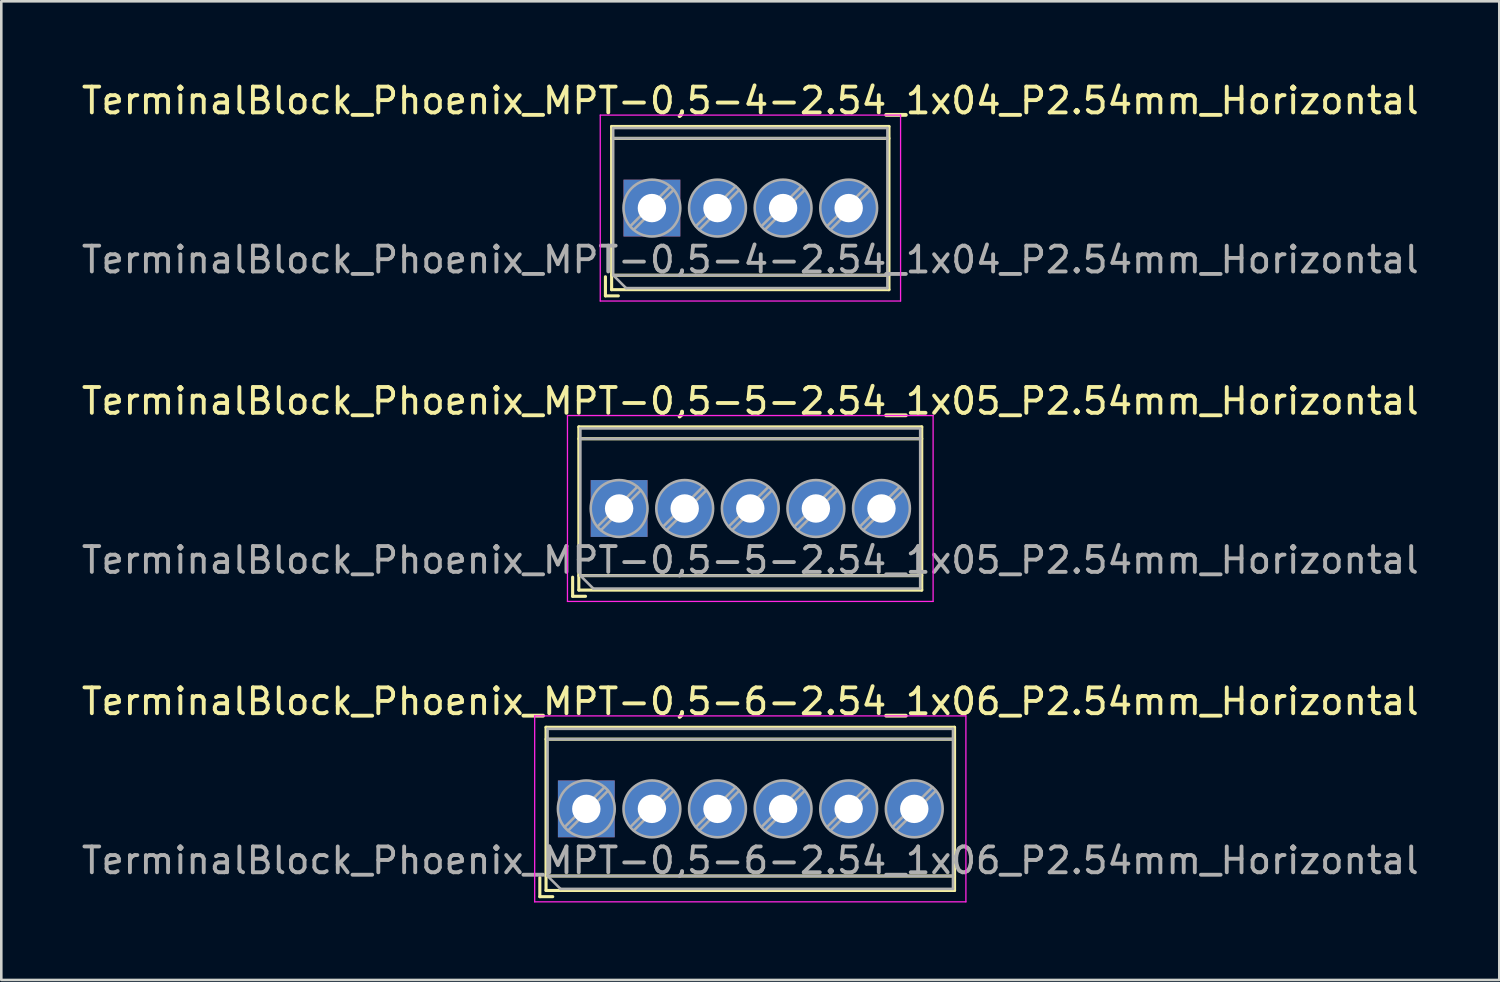
<source format=kicad_pcb>
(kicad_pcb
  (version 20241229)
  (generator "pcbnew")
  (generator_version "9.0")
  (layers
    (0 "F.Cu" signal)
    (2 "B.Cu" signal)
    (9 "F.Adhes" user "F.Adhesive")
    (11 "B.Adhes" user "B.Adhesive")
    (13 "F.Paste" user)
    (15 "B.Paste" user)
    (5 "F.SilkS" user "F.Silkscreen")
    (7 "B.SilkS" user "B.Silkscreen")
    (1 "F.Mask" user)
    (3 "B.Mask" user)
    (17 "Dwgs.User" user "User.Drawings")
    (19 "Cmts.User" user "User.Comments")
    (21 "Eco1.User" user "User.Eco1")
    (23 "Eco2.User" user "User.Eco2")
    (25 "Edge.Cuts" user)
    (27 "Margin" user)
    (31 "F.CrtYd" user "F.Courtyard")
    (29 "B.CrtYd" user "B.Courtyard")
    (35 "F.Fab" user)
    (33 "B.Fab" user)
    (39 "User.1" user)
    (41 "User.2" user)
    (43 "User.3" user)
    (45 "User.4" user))
  (footprint "TerminalBlock_Phoenix_MPT-0,5-4-2.54_1x04_P2.54mm_Horizontal"
    (layer "F.Cu")
    (at 22.196 5.008)
    (property "Reference" "TerminalBlock_Phoenix_MPT-0,5-4-2.54_1x04_P2.54mm_Horizontal" (at 3.81 -4.16 0) (layer "F.SilkS") (effects (font (size 1 1) (thickness 0.15))))
    (attr through_hole)
    (fp_line (start -1.8 2.66) (end -1.8 3.4) (stroke (width 0.12) (type solid)) (layer "F.SilkS"))
    (fp_line (start -1.8 3.4) (end -1.3 3.4) (stroke (width 0.12) (type solid)) (layer "F.SilkS"))
    (fp_line (start -1.56 -3.16) (end -1.56 3.16) (stroke (width 0.12) (type solid)) (layer "F.SilkS"))
    (fp_line (start -1.56 -3.16) (end 9.18 -3.16) (stroke (width 0.12) (type solid)) (layer "F.SilkS"))
    (fp_line (start -1.56 -2.7) (end 9.18 -2.7) (stroke (width 0.12) (type solid)) (layer "F.SilkS"))
    (fp_line (start -1.56 2.6) (end 9.18 2.6) (stroke (width 0.12) (type solid)) (layer "F.SilkS"))
    (fp_line (start -1.56 3.16) (end 9.18 3.16) (stroke (width 0.12) (type solid)) (layer "F.SilkS"))
    (fp_line (start 9.18 -3.16) (end 9.18 3.16) (stroke (width 0.12) (type solid)) (layer "F.SilkS"))
    (fp_line (start -2 -3.6) (end -2 3.6) (stroke (width 0.05) (type solid)) (layer "F.CrtYd"))
    (fp_line (start -2 3.6) (end 9.63 3.6) (stroke (width 0.05) (type solid)) (layer "F.CrtYd"))
    (fp_line (start 9.63 -3.6) (end -2 -3.6) (stroke (width 0.05) (type solid)) (layer "F.CrtYd"))
    (fp_line (start 9.63 3.6) (end 9.63 -3.6) (stroke (width 0.05) (type solid)) (layer "F.CrtYd"))
    (fp_line (start -1.5 -3.1) (end 9.12 -3.1) (stroke (width 0.1) (type solid)) (layer "F.Fab"))
    (fp_line (start -1.5 -2.7) (end 9.12 -2.7) (stroke (width 0.1) (type solid)) (layer "F.Fab"))
    (fp_line (start -1.5 2.6) (end -1.5 -3.1) (stroke (width 0.1) (type solid)) (layer "F.Fab"))
    (fp_line (start -1.5 2.6) (end 9.12 2.6) (stroke (width 0.1) (type solid)) (layer "F.Fab"))
    (fp_line (start -1 3.1) (end -1.5 2.6) (stroke (width 0.1) (type solid)) (layer "F.Fab"))
    (fp_line (start 0.701 -0.835) (end -0.835 0.7) (stroke (width 0.1) (type solid)) (layer "F.Fab"))
    (fp_line (start 0.835 -0.7) (end -0.701 0.835) (stroke (width 0.1) (type solid)) (layer "F.Fab"))
    (fp_line (start 3.241 -0.835) (end 1.706 0.7) (stroke (width 0.1) (type solid)) (layer "F.Fab"))
    (fp_line (start 3.375 -0.7) (end 1.84 0.835) (stroke (width 0.1) (type solid)) (layer "F.Fab"))
    (fp_line (start 5.781 -0.835) (end 4.246 0.7) (stroke (width 0.1) (type solid)) (layer "F.Fab"))
    (fp_line (start 5.915 -0.7) (end 4.38 0.835) (stroke (width 0.1) (type solid)) (layer "F.Fab"))
    (fp_line (start 8.321 -0.835) (end 6.786 0.7) (stroke (width 0.1) (type solid)) (layer "F.Fab"))
    (fp_line (start 8.455 -0.7) (end 6.92 0.835) (stroke (width 0.1) (type solid)) (layer "F.Fab"))
    (fp_line (start 9.12 -3.1) (end 9.12 3.1) (stroke (width 0.1) (type solid)) (layer "F.Fab"))
    (fp_line (start 9.12 3.1) (end -1 3.1) (stroke (width 0.1) (type solid)) (layer "F.Fab"))
    (fp_circle (center 0 0) (end 1.1 0) (stroke (width 0.1) (type solid)) (fill no) (layer "F.Fab"))
    (fp_circle (center 2.54 0) (end 3.64 0) (stroke (width 0.1) (type solid)) (fill no) (layer "F.Fab"))
    (fp_circle (center 5.08 0) (end 6.18 0) (stroke (width 0.1) (type solid)) (fill no) (layer "F.Fab"))
    (fp_circle (center 7.62 0) (end 8.72 0) (stroke (width 0.1) (type solid)) (fill no) (layer "F.Fab"))
    (fp_text user "${REFERENCE}" (at 3.81 2 0) (layer "F.Fab") (effects (font (size 1 1) (thickness 0.15))))
    (pad "1" thru_hole rect (at 0 0) (size 2.2 2.2) (drill 1.1) (layers "*.Cu" "*.Mask"))
    (pad "2" thru_hole circle (at 2.54 0) (size 2.2 2.2) (drill 1.1) (layers "*.Cu" "*.Mask"))
    (pad "3" thru_hole circle (at 5.08 0) (size 2.2 2.2) (drill 1.1) (layers "*.Cu" "*.Mask"))
    (pad "4" thru_hole circle (at 7.62 0) (size 2.2 2.2) (drill 1.1) (layers "*.Cu" "*.Mask")))
  (footprint "TerminalBlock_Phoenix_MPT-0,5-6-2.54_1x06_P2.54mm_Horizontal"
    (layer "F.Cu")
    (at 19.656 28.275)
    (property "Reference" "TerminalBlock_Phoenix_MPT-0,5-6-2.54_1x06_P2.54mm_Horizontal" (at 6.35 -4.16 0) (layer "F.SilkS") (effects (font (size 1 1) (thickness 0.15))))
    (attr through_hole)
    (fp_line (start -1.8 2.66) (end -1.8 3.4) (stroke (width 0.12) (type solid)) (layer "F.SilkS"))
    (fp_line (start -1.8 3.4) (end -1.3 3.4) (stroke (width 0.12) (type solid)) (layer "F.SilkS"))
    (fp_line (start -1.56 -3.16) (end -1.56 3.16) (stroke (width 0.12) (type solid)) (layer "F.SilkS"))
    (fp_line (start -1.56 -3.16) (end 14.26 -3.16) (stroke (width 0.12) (type solid)) (layer "F.SilkS"))
    (fp_line (start -1.56 -2.7) (end 14.26 -2.7) (stroke (width 0.12) (type solid)) (layer "F.SilkS"))
    (fp_line (start -1.56 2.6) (end 14.26 2.6) (stroke (width 0.12) (type solid)) (layer "F.SilkS"))
    (fp_line (start -1.56 3.16) (end 14.26 3.16) (stroke (width 0.12) (type solid)) (layer "F.SilkS"))
    (fp_line (start 14.26 -3.16) (end 14.26 3.16) (stroke (width 0.12) (type solid)) (layer "F.SilkS"))
    (fp_line (start -2 -3.6) (end -2 3.6) (stroke (width 0.05) (type solid)) (layer "F.CrtYd"))
    (fp_line (start -2 3.6) (end 14.7 3.6) (stroke (width 0.05) (type solid)) (layer "F.CrtYd"))
    (fp_line (start 14.7 -3.6) (end -2 -3.6) (stroke (width 0.05) (type solid)) (layer "F.CrtYd"))
    (fp_line (start 14.7 3.6) (end 14.7 -3.6) (stroke (width 0.05) (type solid)) (layer "F.CrtYd"))
    (fp_line (start -1.5 -3.1) (end 14.2 -3.1) (stroke (width 0.1) (type solid)) (layer "F.Fab"))
    (fp_line (start -1.5 -2.7) (end 14.2 -2.7) (stroke (width 0.1) (type solid)) (layer "F.Fab"))
    (fp_line (start -1.5 2.6) (end -1.5 -3.1) (stroke (width 0.1) (type solid)) (layer "F.Fab"))
    (fp_line (start -1.5 2.6) (end 14.2 2.6) (stroke (width 0.1) (type solid)) (layer "F.Fab"))
    (fp_line (start -1 3.1) (end -1.5 2.6) (stroke (width 0.1) (type solid)) (layer "F.Fab"))
    (fp_line (start 0.701 -0.835) (end -0.835 0.7) (stroke (width 0.1) (type solid)) (layer "F.Fab"))
    (fp_line (start 0.835 -0.7) (end -0.701 0.835) (stroke (width 0.1) (type solid)) (layer "F.Fab"))
    (fp_line (start 3.241 -0.835) (end 1.706 0.7) (stroke (width 0.1) (type solid)) (layer "F.Fab"))
    (fp_line (start 3.375 -0.7) (end 1.84 0.835) (stroke (width 0.1) (type solid)) (layer "F.Fab"))
    (fp_line (start 5.781 -0.835) (end 4.246 0.7) (stroke (width 0.1) (type solid)) (layer "F.Fab"))
    (fp_line (start 5.915 -0.7) (end 4.38 0.835) (stroke (width 0.1) (type solid)) (layer "F.Fab"))
    (fp_line (start 8.321 -0.835) (end 6.786 0.7) (stroke (width 0.1) (type solid)) (layer "F.Fab"))
    (fp_line (start 8.455 -0.7) (end 6.92 0.835) (stroke (width 0.1) (type solid)) (layer "F.Fab"))
    (fp_line (start 10.861 -0.835) (end 9.326 0.7) (stroke (width 0.1) (type solid)) (layer "F.Fab"))
    (fp_line (start 10.995 -0.7) (end 9.46 0.835) (stroke (width 0.1) (type solid)) (layer "F.Fab"))
    (fp_line (start 13.401 -0.835) (end 11.866 0.7) (stroke (width 0.1) (type solid)) (layer "F.Fab"))
    (fp_line (start 13.535 -0.7) (end 12 0.835) (stroke (width 0.1) (type solid)) (layer "F.Fab"))
    (fp_line (start 14.2 -3.1) (end 14.2 3.1) (stroke (width 0.1) (type solid)) (layer "F.Fab"))
    (fp_line (start 14.2 3.1) (end -1 3.1) (stroke (width 0.1) (type solid)) (layer "F.Fab"))
    (fp_circle (center 0 0) (end 1.1 0) (stroke (width 0.1) (type solid)) (fill no) (layer "F.Fab"))
    (fp_circle (center 2.54 0) (end 3.64 0) (stroke (width 0.1) (type solid)) (fill no) (layer "F.Fab"))
    (fp_circle (center 5.08 0) (end 6.18 0) (stroke (width 0.1) (type solid)) (fill no) (layer "F.Fab"))
    (fp_circle (center 7.62 0) (end 8.72 0) (stroke (width 0.1) (type solid)) (fill no) (layer "F.Fab"))
    (fp_circle (center 10.16 0) (end 11.26 0) (stroke (width 0.1) (type solid)) (fill no) (layer "F.Fab"))
    (fp_circle (center 12.7 0) (end 13.8 0) (stroke (width 0.1) (type solid)) (fill no) (layer "F.Fab"))
    (fp_text user "${REFERENCE}" (at 6.35 2 0) (layer "F.Fab") (effects (font (size 1 1) (thickness 0.15))))
    (pad "1" thru_hole rect (at 0 0) (size 2.2 2.2) (drill 1.1) (layers "*.Cu" "*.Mask"))
    (pad "2" thru_hole circle (at 2.54 0) (size 2.2 2.2) (drill 1.1) (layers "*.Cu" "*.Mask"))
    (pad "3" thru_hole circle (at 5.08 0) (size 2.2 2.2) (drill 1.1) (layers "*.Cu" "*.Mask"))
    (pad "4" thru_hole circle (at 7.62 0) (size 2.2 2.2) (drill 1.1) (layers "*.Cu" "*.Mask"))
    (pad "5" thru_hole circle (at 10.16 0) (size 2.2 2.2) (drill 1.1) (layers "*.Cu" "*.Mask"))
    (pad "6" thru_hole circle (at 12.7 0) (size 2.2 2.2) (drill 1.1) (layers "*.Cu" "*.Mask")))
  (footprint "TerminalBlock_Phoenix_MPT-0,5-5-2.54_1x05_P2.54mm_Horizontal"
    (layer "F.Cu")
    (at 20.926 16.642)
    (property "Reference" "TerminalBlock_Phoenix_MPT-0,5-5-2.54_1x05_P2.54mm_Horizontal" (at 5.08 -4.16 0) (layer "F.SilkS") (effects (font (size 1 1) (thickness 0.15))))
    (attr through_hole)
    (fp_line (start -1.8 2.66) (end -1.8 3.4) (stroke (width 0.12) (type solid)) (layer "F.SilkS"))
    (fp_line (start -1.8 3.4) (end -1.3 3.4) (stroke (width 0.12) (type solid)) (layer "F.SilkS"))
    (fp_line (start -1.56 -3.16) (end -1.56 3.16) (stroke (width 0.12) (type solid)) (layer "F.SilkS"))
    (fp_line (start -1.56 -3.16) (end 11.72 -3.16) (stroke (width 0.12) (type solid)) (layer "F.SilkS"))
    (fp_line (start -1.56 -2.7) (end 11.72 -2.7) (stroke (width 0.12) (type solid)) (layer "F.SilkS"))
    (fp_line (start -1.56 2.6) (end 11.72 2.6) (stroke (width 0.12) (type solid)) (layer "F.SilkS"))
    (fp_line (start -1.56 3.16) (end 11.72 3.16) (stroke (width 0.12) (type solid)) (layer "F.SilkS"))
    (fp_line (start 11.72 -3.16) (end 11.72 3.16) (stroke (width 0.12) (type solid)) (layer "F.SilkS"))
    (fp_line (start -2 -3.6) (end -2 3.6) (stroke (width 0.05) (type solid)) (layer "F.CrtYd"))
    (fp_line (start -2 3.6) (end 12.16 3.6) (stroke (width 0.05) (type solid)) (layer "F.CrtYd"))
    (fp_line (start 12.16 -3.6) (end -2 -3.6) (stroke (width 0.05) (type solid)) (layer "F.CrtYd"))
    (fp_line (start 12.16 3.6) (end 12.16 -3.6) (stroke (width 0.05) (type solid)) (layer "F.CrtYd"))
    (fp_line (start -1.5 -3.1) (end 11.66 -3.1) (stroke (width 0.1) (type solid)) (layer "F.Fab"))
    (fp_line (start -1.5 -2.7) (end 11.66 -2.7) (stroke (width 0.1) (type solid)) (layer "F.Fab"))
    (fp_line (start -1.5 2.6) (end -1.5 -3.1) (stroke (width 0.1) (type solid)) (layer "F.Fab"))
    (fp_line (start -1.5 2.6) (end 11.66 2.6) (stroke (width 0.1) (type solid)) (layer "F.Fab"))
    (fp_line (start -1 3.1) (end -1.5 2.6) (stroke (width 0.1) (type solid)) (layer "F.Fab"))
    (fp_line (start 0.701 -0.835) (end -0.835 0.7) (stroke (width 0.1) (type solid)) (layer "F.Fab"))
    (fp_line (start 0.835 -0.7) (end -0.701 0.835) (stroke (width 0.1) (type solid)) (layer "F.Fab"))
    (fp_line (start 3.241 -0.835) (end 1.706 0.7) (stroke (width 0.1) (type solid)) (layer "F.Fab"))
    (fp_line (start 3.375 -0.7) (end 1.84 0.835) (stroke (width 0.1) (type solid)) (layer "F.Fab"))
    (fp_line (start 5.781 -0.835) (end 4.246 0.7) (stroke (width 0.1) (type solid)) (layer "F.Fab"))
    (fp_line (start 5.915 -0.7) (end 4.38 0.835) (stroke (width 0.1) (type solid)) (layer "F.Fab"))
    (fp_line (start 8.321 -0.835) (end 6.786 0.7) (stroke (width 0.1) (type solid)) (layer "F.Fab"))
    (fp_line (start 8.455 -0.7) (end 6.92 0.835) (stroke (width 0.1) (type solid)) (layer "F.Fab"))
    (fp_line (start 10.861 -0.835) (end 9.326 0.7) (stroke (width 0.1) (type solid)) (layer "F.Fab"))
    (fp_line (start 10.995 -0.7) (end 9.46 0.835) (stroke (width 0.1) (type solid)) (layer "F.Fab"))
    (fp_line (start 11.66 -3.1) (end 11.66 3.1) (stroke (width 0.1) (type solid)) (layer "F.Fab"))
    (fp_line (start 11.66 3.1) (end -1 3.1) (stroke (width 0.1) (type solid)) (layer "F.Fab"))
    (fp_circle (center 0 0) (end 1.1 0) (stroke (width 0.1) (type solid)) (fill no) (layer "F.Fab"))
    (fp_circle (center 2.54 0) (end 3.64 0) (stroke (width 0.1) (type solid)) (fill no) (layer "F.Fab"))
    (fp_circle (center 5.08 0) (end 6.18 0) (stroke (width 0.1) (type solid)) (fill no) (layer "F.Fab"))
    (fp_circle (center 7.62 0) (end 8.72 0) (stroke (width 0.1) (type solid)) (fill no) (layer "F.Fab"))
    (fp_circle (center 10.16 0) (end 11.26 0) (stroke (width 0.1) (type solid)) (fill no) (layer "F.Fab"))
    (fp_text user "${REFERENCE}" (at 5.08 2 0) (layer "F.Fab") (effects (font (size 1 1) (thickness 0.15))))
    (pad "1" thru_hole rect (at 0 0) (size 2.2 2.2) (drill 1.1) (layers "*.Cu" "*.Mask"))
    (pad "2" thru_hole circle (at 2.54 0) (size 2.2 2.2) (drill 1.1) (layers "*.Cu" "*.Mask"))
    (pad "3" thru_hole circle (at 5.08 0) (size 2.2 2.2) (drill 1.1) (layers "*.Cu" "*.Mask"))
    (pad "4" thru_hole circle (at 7.62 0) (size 2.2 2.2) (drill 1.1) (layers "*.Cu" "*.Mask"))
    (pad "5" thru_hole circle (at 10.16 0) (size 2.2 2.2) (drill 1.1) (layers "*.Cu" "*.Mask")))
  (gr_rect
    (start -3 -3)
    (end 55.012 34.9)
    (stroke (width 0.1) (type default))
    (fill no)
    (layer "Edge.Cuts")))
</source>
